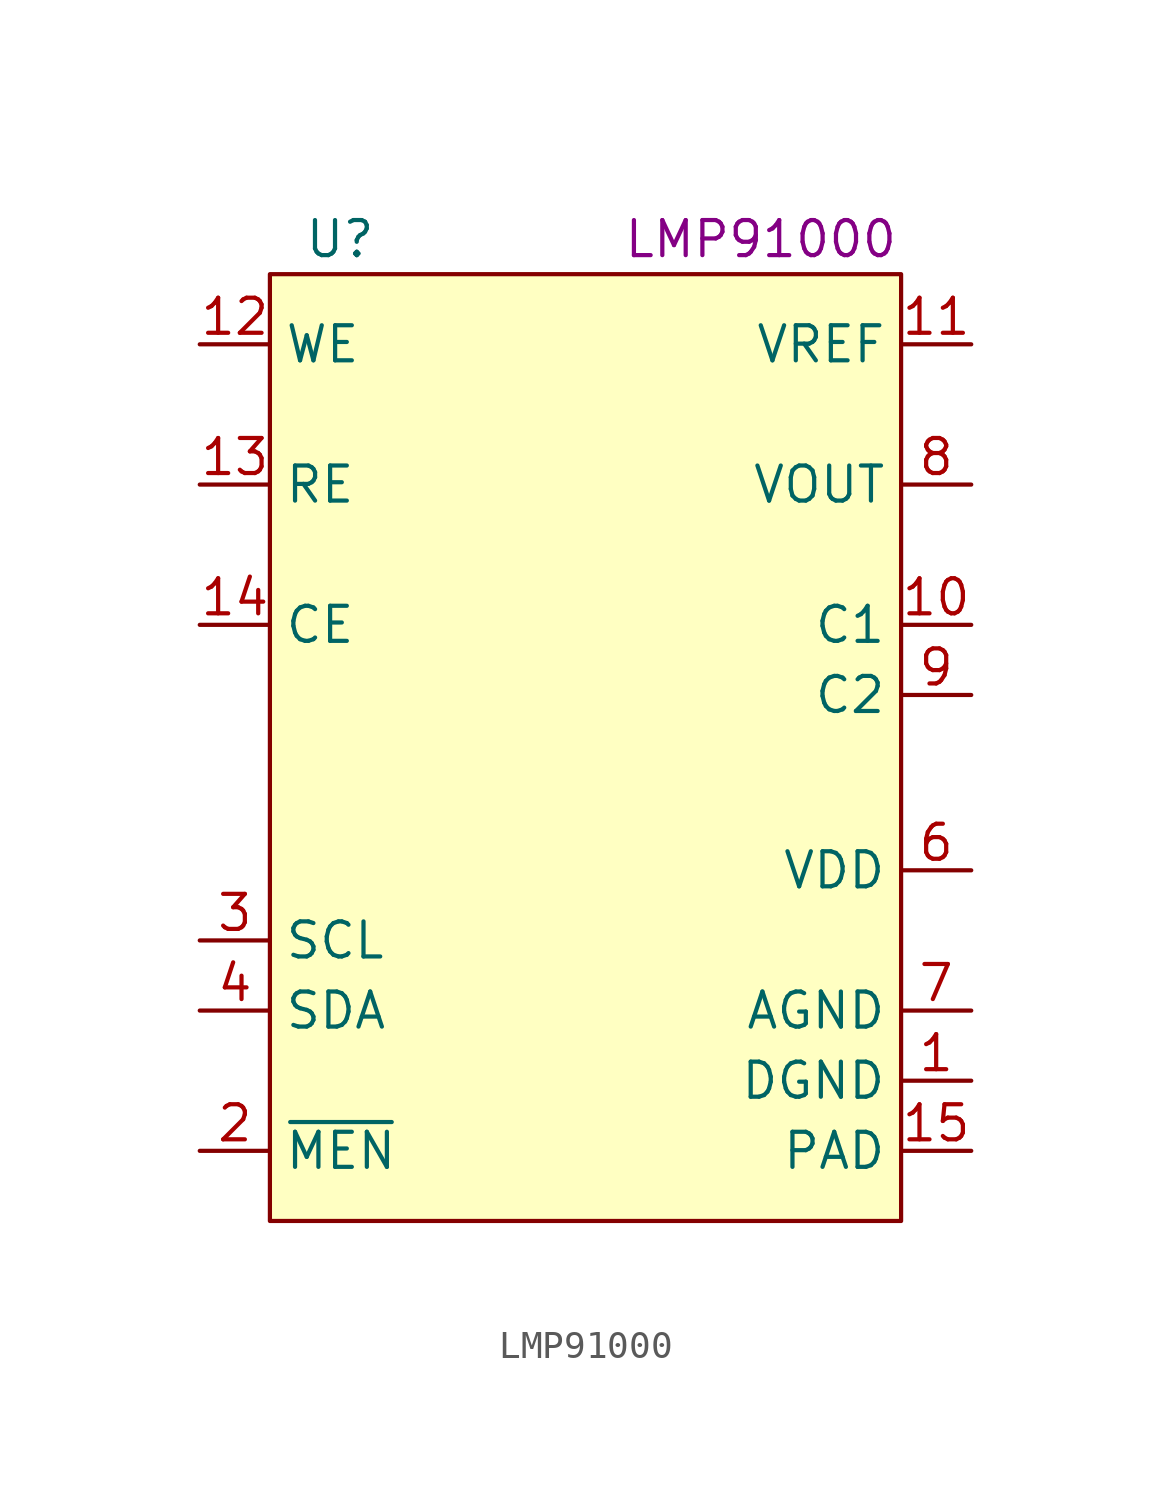
<source format=kicad_sym>
(kicad_symbol_lib
  (version 20231120)
  (generator "kicad_symbol_editor")
  (generator_version "8.0")
  (symbol "LMP91000"
    (property "Reference" "U"
      (at -8.89 16.51 0)
      (effects (font (size 1.27 1.27))))
    (property "MPN" "LMP91000"
      (at 6.35 16.51 0)
      (effects (font (size 1.27 1.27))))
    (symbol "LMP91000_0_1"
      (rectangle (start -11.43 -19.05) (end 11.43 15.24) (stroke (width 0) (type default)) (fill (type background))))
    (symbol "LMP91000_1_1"
      (pin power_in line (at 13.97 -13.97 180) (length 2.54) (name "DGND" (effects (font (size 1.27 1.27)))) (number "1" (effects (font (size 1.27 1.27)))))
      (pin passive line (at 13.97 2.54 180) (length 2.54) (name "C1" (effects (font (size 1.27 1.27)))) (number "10" (effects (font (size 1.27 1.27)))))
      (pin passive line (at 13.97 12.7 180) (length 2.54) (name "VREF" (effects (font (size 1.27 1.27)))) (number "11" (effects (font (size 1.27 1.27)))))
      (pin passive line (at -13.97 12.7 0) (length 2.54) (name "WE" (effects (font (size 1.27 1.27)))) (number "12" (effects (font (size 1.27 1.27)))))
      (pin passive line (at -13.97 7.62 0) (length 2.54) (name "RE" (effects (font (size 1.27 1.27)))) (number "13" (effects (font (size 1.27 1.27)))))
      (pin passive line (at -13.97 2.54 0) (length 2.54) (name "CE" (effects (font (size 1.27 1.27)))) (number "14" (effects (font (size 1.27 1.27)))))
      (pin power_in line (at 13.97 -16.51 180) (length 2.54) (name "PAD" (effects (font (size 1.27 1.27)))) (number "15" (effects (font (size 1.27 1.27)))))
      (pin input line (at -13.97 -16.51 0) (length 2.54) (name "~{MEN}" (effects (font (size 1.27 1.27)))) (number "2" (effects (font (size 1.27 1.27)))))
      (pin input line (at -13.97 -8.89 0) (length 2.54) (name "SCL" (effects (font (size 1.27 1.27)))) (number "3" (effects (font (size 1.27 1.27)))))
      (pin bidirectional line (at -13.97 -11.43 0) (length 2.54) (name "SDA" (effects (font (size 1.27 1.27)))) (number "4" (effects (font (size 1.27 1.27)))))
      (pin power_in line (at 13.97 -6.35 180) (length 2.54) (name "VDD" (effects (font (size 1.27 1.27)))) (number "6" (effects (font (size 1.27 1.27)))))
      (pin power_in line (at 13.97 -11.43 180) (length 2.54) (name "AGND" (effects (font (size 1.27 1.27)))) (number "7" (effects (font (size 1.27 1.27)))))
      (pin output line (at 13.97 7.62 180) (length 2.54) (name "VOUT" (effects (font (size 1.27 1.27)))) (number "8" (effects (font (size 1.27 1.27)))))
      (pin passive line (at 13.97 0 180) (length 2.54) (name "C2" (effects (font (size 1.27 1.27)))) (number "9" (effects (font (size 1.27 1.27))))))))
</source>
